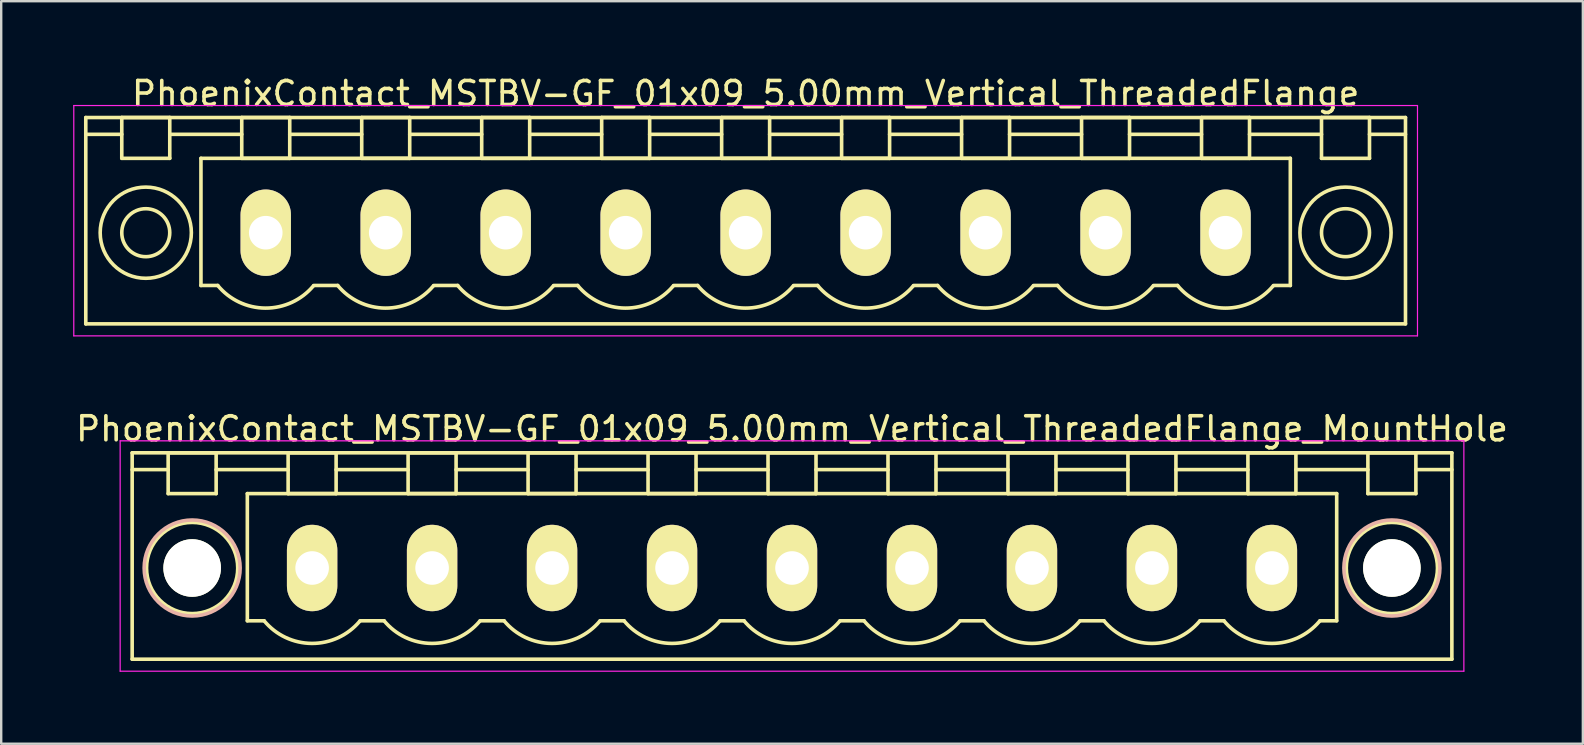
<source format=kicad_pcb>
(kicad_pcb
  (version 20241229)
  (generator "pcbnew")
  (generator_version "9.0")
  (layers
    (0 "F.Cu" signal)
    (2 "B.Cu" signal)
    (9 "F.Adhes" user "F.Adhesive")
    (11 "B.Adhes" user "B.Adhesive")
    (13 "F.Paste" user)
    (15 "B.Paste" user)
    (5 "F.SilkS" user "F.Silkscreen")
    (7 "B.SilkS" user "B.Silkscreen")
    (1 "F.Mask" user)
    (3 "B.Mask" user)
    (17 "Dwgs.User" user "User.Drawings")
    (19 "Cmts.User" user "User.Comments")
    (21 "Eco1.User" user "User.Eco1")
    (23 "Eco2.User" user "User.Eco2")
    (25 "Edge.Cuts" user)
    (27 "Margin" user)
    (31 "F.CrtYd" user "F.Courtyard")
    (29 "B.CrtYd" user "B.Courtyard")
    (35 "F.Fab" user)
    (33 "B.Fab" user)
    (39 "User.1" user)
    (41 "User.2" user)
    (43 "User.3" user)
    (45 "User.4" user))
  (footprint "PhoenixContact_MSTBV-GF_01x09_5.00mm_Vertical_ThreadedFlange"
    (layer "F.Cu")
    (at 8.025 6.648)
    (property "Reference" "PhoenixContact_MSTBV-GF_01x09_5.00mm_Vertical_ThreadedFlange" (at 20 -5.8 0) (layer "F.SilkS") (effects (font (size 1 1) (thickness 0.15))))
    (attr through_hole)
    (fp_line (start -7.5 -4.8) (end -7.5 3.8) (stroke (width 0.15) (type solid)) (layer "F.SilkS"))
    (fp_line (start -7.5 -4.1) (end -6 -4.1) (stroke (width 0.15) (type solid)) (layer "F.SilkS"))
    (fp_line (start -7.5 3.8) (end 47.5 3.8) (stroke (width 0.15) (type solid)) (layer "F.SilkS"))
    (fp_line (start -6 -4.8) (end -4 -4.8) (stroke (width 0.15) (type solid)) (layer "F.SilkS"))
    (fp_line (start -6 -3.1) (end -6 -4.8) (stroke (width 0.15) (type solid)) (layer "F.SilkS"))
    (fp_line (start -4 -4.8) (end -4 -3.1) (stroke (width 0.15) (type solid)) (layer "F.SilkS"))
    (fp_line (start -4 -4.1) (end -1 -4.1) (stroke (width 0.15) (type solid)) (layer "F.SilkS"))
    (fp_line (start -4 -3.1) (end -6 -3.1) (stroke (width 0.15) (type solid)) (layer "F.SilkS"))
    (fp_line (start -2.7 -3.1) (end 42.7 -3.1) (stroke (width 0.15) (type solid)) (layer "F.SilkS"))
    (fp_line (start -2.7 2.2) (end -2.7 -3.1) (stroke (width 0.15) (type solid)) (layer "F.SilkS"))
    (fp_line (start -2 2.2) (end -2.7 2.2) (stroke (width 0.15) (type solid)) (layer "F.SilkS"))
    (fp_line (start -1 -4.8) (end 1 -4.8) (stroke (width 0.15) (type solid)) (layer "F.SilkS"))
    (fp_line (start -1 -3.1) (end -1 -4.8) (stroke (width 0.15) (type solid)) (layer "F.SilkS"))
    (fp_line (start 1 -4.8) (end 1 -3.1) (stroke (width 0.15) (type solid)) (layer "F.SilkS"))
    (fp_line (start 1 -4.1) (end 4 -4.1) (stroke (width 0.15) (type solid)) (layer "F.SilkS"))
    (fp_line (start 1 -3.1) (end -1 -3.1) (stroke (width 0.15) (type solid)) (layer "F.SilkS"))
    (fp_line (start 2 2.2) (end 3 2.2) (stroke (width 0.15) (type solid)) (layer "F.SilkS"))
    (fp_line (start 4 -4.8) (end 6 -4.8) (stroke (width 0.15) (type solid)) (layer "F.SilkS"))
    (fp_line (start 4 -3.1) (end 4 -4.8) (stroke (width 0.15) (type solid)) (layer "F.SilkS"))
    (fp_line (start 6 -4.8) (end 6 -3.1) (stroke (width 0.15) (type solid)) (layer "F.SilkS"))
    (fp_line (start 6 -4.1) (end 9 -4.1) (stroke (width 0.15) (type solid)) (layer "F.SilkS"))
    (fp_line (start 6 -3.1) (end 4 -3.1) (stroke (width 0.15) (type solid)) (layer "F.SilkS"))
    (fp_line (start 7 2.2) (end 8 2.2) (stroke (width 0.15) (type solid)) (layer "F.SilkS"))
    (fp_line (start 9 -4.8) (end 11 -4.8) (stroke (width 0.15) (type solid)) (layer "F.SilkS"))
    (fp_line (start 9 -3.1) (end 9 -4.8) (stroke (width 0.15) (type solid)) (layer "F.SilkS"))
    (fp_line (start 11 -4.8) (end 11 -3.1) (stroke (width 0.15) (type solid)) (layer "F.SilkS"))
    (fp_line (start 11 -4.1) (end 14 -4.1) (stroke (width 0.15) (type solid)) (layer "F.SilkS"))
    (fp_line (start 11 -3.1) (end 9 -3.1) (stroke (width 0.15) (type solid)) (layer "F.SilkS"))
    (fp_line (start 12 2.2) (end 13 2.2) (stroke (width 0.15) (type solid)) (layer "F.SilkS"))
    (fp_line (start 14 -4.8) (end 16 -4.8) (stroke (width 0.15) (type solid)) (layer "F.SilkS"))
    (fp_line (start 14 -3.1) (end 14 -4.8) (stroke (width 0.15) (type solid)) (layer "F.SilkS"))
    (fp_line (start 16 -4.8) (end 16 -3.1) (stroke (width 0.15) (type solid)) (layer "F.SilkS"))
    (fp_line (start 16 -4.1) (end 19 -4.1) (stroke (width 0.15) (type solid)) (layer "F.SilkS"))
    (fp_line (start 16 -3.1) (end 14 -3.1) (stroke (width 0.15) (type solid)) (layer "F.SilkS"))
    (fp_line (start 17 2.2) (end 18 2.2) (stroke (width 0.15) (type solid)) (layer "F.SilkS"))
    (fp_line (start 19 -4.8) (end 21 -4.8) (stroke (width 0.15) (type solid)) (layer "F.SilkS"))
    (fp_line (start 19 -3.1) (end 19 -4.8) (stroke (width 0.15) (type solid)) (layer "F.SilkS"))
    (fp_line (start 21 -4.8) (end 21 -3.1) (stroke (width 0.15) (type solid)) (layer "F.SilkS"))
    (fp_line (start 21 -4.1) (end 24 -4.1) (stroke (width 0.15) (type solid)) (layer "F.SilkS"))
    (fp_line (start 21 -3.1) (end 19 -3.1) (stroke (width 0.15) (type solid)) (layer "F.SilkS"))
    (fp_line (start 22 2.2) (end 23 2.2) (stroke (width 0.15) (type solid)) (layer "F.SilkS"))
    (fp_line (start 24 -4.8) (end 26 -4.8) (stroke (width 0.15) (type solid)) (layer "F.SilkS"))
    (fp_line (start 24 -3.1) (end 24 -4.8) (stroke (width 0.15) (type solid)) (layer "F.SilkS"))
    (fp_line (start 26 -4.8) (end 26 -3.1) (stroke (width 0.15) (type solid)) (layer "F.SilkS"))
    (fp_line (start 26 -4.1) (end 29 -4.1) (stroke (width 0.15) (type solid)) (layer "F.SilkS"))
    (fp_line (start 26 -3.1) (end 24 -3.1) (stroke (width 0.15) (type solid)) (layer "F.SilkS"))
    (fp_line (start 27 2.2) (end 28 2.2) (stroke (width 0.15) (type solid)) (layer "F.SilkS"))
    (fp_line (start 29 -4.8) (end 31 -4.8) (stroke (width 0.15) (type solid)) (layer "F.SilkS"))
    (fp_line (start 29 -3.1) (end 29 -4.8) (stroke (width 0.15) (type solid)) (layer "F.SilkS"))
    (fp_line (start 31 -4.8) (end 31 -3.1) (stroke (width 0.15) (type solid)) (layer "F.SilkS"))
    (fp_line (start 31 -4.1) (end 34 -4.1) (stroke (width 0.15) (type solid)) (layer "F.SilkS"))
    (fp_line (start 31 -3.1) (end 29 -3.1) (stroke (width 0.15) (type solid)) (layer "F.SilkS"))
    (fp_line (start 32 2.2) (end 33 2.2) (stroke (width 0.15) (type solid)) (layer "F.SilkS"))
    (fp_line (start 34 -4.8) (end 36 -4.8) (stroke (width 0.15) (type solid)) (layer "F.SilkS"))
    (fp_line (start 34 -3.1) (end 34 -4.8) (stroke (width 0.15) (type solid)) (layer "F.SilkS"))
    (fp_line (start 36 -4.8) (end 36 -3.1) (stroke (width 0.15) (type solid)) (layer "F.SilkS"))
    (fp_line (start 36 -4.1) (end 39 -4.1) (stroke (width 0.15) (type solid)) (layer "F.SilkS"))
    (fp_line (start 36 -3.1) (end 34 -3.1) (stroke (width 0.15) (type solid)) (layer "F.SilkS"))
    (fp_line (start 37 2.2) (end 38 2.2) (stroke (width 0.15) (type solid)) (layer "F.SilkS"))
    (fp_line (start 39 -4.8) (end 41 -4.8) (stroke (width 0.15) (type solid)) (layer "F.SilkS"))
    (fp_line (start 39 -3.1) (end 39 -4.8) (stroke (width 0.15) (type solid)) (layer "F.SilkS"))
    (fp_line (start 41 -4.8) (end 41 -3.1) (stroke (width 0.15) (type solid)) (layer "F.SilkS"))
    (fp_line (start 41 -4.1) (end 44 -4.1) (stroke (width 0.15) (type solid)) (layer "F.SilkS"))
    (fp_line (start 41 -3.1) (end 39 -3.1) (stroke (width 0.15) (type solid)) (layer "F.SilkS"))
    (fp_line (start 42.7 -3.1) (end 42.7 2.2) (stroke (width 0.15) (type solid)) (layer "F.SilkS"))
    (fp_line (start 42.7 2.2) (end 42 2.2) (stroke (width 0.15) (type solid)) (layer "F.SilkS"))
    (fp_line (start 44 -4.8) (end 46 -4.8) (stroke (width 0.15) (type solid)) (layer "F.SilkS"))
    (fp_line (start 44 -3.1) (end 44 -4.8) (stroke (width 0.15) (type solid)) (layer "F.SilkS"))
    (fp_line (start 46 -4.8) (end 46 -3.1) (stroke (width 0.15) (type solid)) (layer "F.SilkS"))
    (fp_line (start 46 -3.1) (end 44 -3.1) (stroke (width 0.15) (type solid)) (layer "F.SilkS"))
    (fp_line (start 47.5 -4.8) (end -7.5 -4.8) (stroke (width 0.15) (type solid)) (layer "F.SilkS"))
    (fp_line (start 47.5 -4.1) (end 46 -4.1) (stroke (width 0.15) (type solid)) (layer "F.SilkS"))
    (fp_line (start 47.5 3.8) (end 47.5 -4.8) (stroke (width 0.15) (type solid)) (layer "F.SilkS"))
    (fp_arc (start 1.986842 2.215821) (mid -0.010289 3.142758) (end -2 2.2) (stroke (width 0.15) (type solid)) (layer "F.SilkS"))
    (fp_arc (start 6.986842 2.215821) (mid 4.989711 3.142758) (end 3 2.2) (stroke (width 0.15) (type solid)) (layer "F.SilkS"))
    (fp_arc (start 11.986842 2.215821) (mid 9.989711 3.142758) (end 8 2.2) (stroke (width 0.15) (type solid)) (layer "F.SilkS"))
    (fp_arc (start 16.986842 2.215821) (mid 14.989711 3.142758) (end 13 2.2) (stroke (width 0.15) (type solid)) (layer "F.SilkS"))
    (fp_arc (start 21.986842 2.215821) (mid 19.989711 3.142758) (end 18 2.2) (stroke (width 0.15) (type solid)) (layer "F.SilkS"))
    (fp_arc (start 26.986842 2.215821) (mid 24.989711 3.142758) (end 23 2.2) (stroke (width 0.15) (type solid)) (layer "F.SilkS"))
    (fp_arc (start 31.986842 2.215821) (mid 29.989711 3.142758) (end 28 2.2) (stroke (width 0.15) (type solid)) (layer "F.SilkS"))
    (fp_arc (start 36.986842 2.215821) (mid 34.989711 3.142758) (end 33 2.2) (stroke (width 0.15) (type solid)) (layer "F.SilkS"))
    (fp_arc (start 41.986842 2.215821) (mid 39.989711 3.142758) (end 38 2.2) (stroke (width 0.15) (type solid)) (layer "F.SilkS"))
    (fp_circle (center -5 0) (end -4 0) (stroke (width 0.15) (type solid)) (fill no) (layer "F.SilkS"))
    (fp_circle (center -5 0) (end -3.1 0) (stroke (width 0.15) (type solid)) (fill no) (layer "F.SilkS"))
    (fp_circle (center 45 0) (end 46 0) (stroke (width 0.15) (type solid)) (fill no) (layer "F.SilkS"))
    (fp_circle (center 45 0) (end 46.9 0) (stroke (width 0.15) (type solid)) (fill no) (layer "F.SilkS"))
    (fp_line (start -8 -5.3) (end -8 4.3) (stroke (width 0.05) (type solid)) (layer "F.CrtYd"))
    (fp_line (start -8 4.3) (end 48 4.3) (stroke (width 0.05) (type solid)) (layer "F.CrtYd"))
    (fp_line (start 48 -5.3) (end -8 -5.3) (stroke (width 0.05) (type solid)) (layer "F.CrtYd"))
    (fp_line (start 48 4.3) (end 48 -5.3) (stroke (width 0.05) (type solid)) (layer "F.CrtYd"))
    (pad "1" thru_hole oval (at 0 0) (size 2.1 3.6) (drill 1.4) (layers "*.Cu" "*.Mask" "F.SilkS"))
    (pad "2" thru_hole oval (at 5 0) (size 2.1 3.6) (drill 1.4) (layers "*.Cu" "*.Mask" "F.SilkS"))
    (pad "3" thru_hole oval (at 10 0) (size 2.1 3.6) (drill 1.4) (layers "*.Cu" "*.Mask" "F.SilkS"))
    (pad "4" thru_hole oval (at 15 0) (size 2.1 3.6) (drill 1.4) (layers "*.Cu" "*.Mask" "F.SilkS"))
    (pad "5" thru_hole oval (at 20 0) (size 2.1 3.6) (drill 1.4) (layers "*.Cu" "*.Mask" "F.SilkS"))
    (pad "6" thru_hole oval (at 25 0) (size 2.1 3.6) (drill 1.4) (layers "*.Cu" "*.Mask" "F.SilkS"))
    (pad "7" thru_hole oval (at 30 0) (size 2.1 3.6) (drill 1.4) (layers "*.Cu" "*.Mask" "F.SilkS"))
    (pad "8" thru_hole oval (at 35 0) (size 2.1 3.6) (drill 1.4) (layers "*.Cu" "*.Mask" "F.SilkS"))
    (pad "9" thru_hole oval (at 40 0) (size 2.1 3.6) (drill 1.4) (layers "*.Cu" "*.Mask" "F.SilkS")))
  (footprint "PhoenixContact_MSTBV-GF_01x09_5.00mm_Vertical_ThreadedFlange_MountHole"
    (layer "F.Cu")
    (at 9.958 20.622)
    (property "Reference" "PhoenixContact_MSTBV-GF_01x09_5.00mm_Vertical_ThreadedFlange_MountHole" (at 20 -5.8 0) (layer "F.SilkS") (effects (font (size 1 1) (thickness 0.15))))
    (attr through_hole)
    (fp_line (start -7.5 -4.8) (end -7.5 3.8) (stroke (width 0.15) (type solid)) (layer "F.SilkS"))
    (fp_line (start -7.5 -4.1) (end -6 -4.1) (stroke (width 0.15) (type solid)) (layer "F.SilkS"))
    (fp_line (start -7.5 3.8) (end 47.5 3.8) (stroke (width 0.15) (type solid)) (layer "F.SilkS"))
    (fp_line (start -6 -4.8) (end -4 -4.8) (stroke (width 0.15) (type solid)) (layer "F.SilkS"))
    (fp_line (start -6 -3.1) (end -6 -4.8) (stroke (width 0.15) (type solid)) (layer "F.SilkS"))
    (fp_line (start -4 -4.8) (end -4 -3.1) (stroke (width 0.15) (type solid)) (layer "F.SilkS"))
    (fp_line (start -4 -4.1) (end -1 -4.1) (stroke (width 0.15) (type solid)) (layer "F.SilkS"))
    (fp_line (start -4 -3.1) (end -6 -3.1) (stroke (width 0.15) (type solid)) (layer "F.SilkS"))
    (fp_line (start -2.7 -3.1) (end 42.7 -3.1) (stroke (width 0.15) (type solid)) (layer "F.SilkS"))
    (fp_line (start -2.7 2.2) (end -2.7 -3.1) (stroke (width 0.15) (type solid)) (layer "F.SilkS"))
    (fp_line (start -2 2.2) (end -2.7 2.2) (stroke (width 0.15) (type solid)) (layer "F.SilkS"))
    (fp_line (start -1 -4.8) (end 1 -4.8) (stroke (width 0.15) (type solid)) (layer "F.SilkS"))
    (fp_line (start -1 -3.1) (end -1 -4.8) (stroke (width 0.15) (type solid)) (layer "F.SilkS"))
    (fp_line (start 1 -4.8) (end 1 -3.1) (stroke (width 0.15) (type solid)) (layer "F.SilkS"))
    (fp_line (start 1 -4.1) (end 4 -4.1) (stroke (width 0.15) (type solid)) (layer "F.SilkS"))
    (fp_line (start 1 -3.1) (end -1 -3.1) (stroke (width 0.15) (type solid)) (layer "F.SilkS"))
    (fp_line (start 2 2.2) (end 3 2.2) (stroke (width 0.15) (type solid)) (layer "F.SilkS"))
    (fp_line (start 4 -4.8) (end 6 -4.8) (stroke (width 0.15) (type solid)) (layer "F.SilkS"))
    (fp_line (start 4 -3.1) (end 4 -4.8) (stroke (width 0.15) (type solid)) (layer "F.SilkS"))
    (fp_line (start 6 -4.8) (end 6 -3.1) (stroke (width 0.15) (type solid)) (layer "F.SilkS"))
    (fp_line (start 6 -4.1) (end 9 -4.1) (stroke (width 0.15) (type solid)) (layer "F.SilkS"))
    (fp_line (start 6 -3.1) (end 4 -3.1) (stroke (width 0.15) (type solid)) (layer "F.SilkS"))
    (fp_line (start 7 2.2) (end 8 2.2) (stroke (width 0.15) (type solid)) (layer "F.SilkS"))
    (fp_line (start 9 -4.8) (end 11 -4.8) (stroke (width 0.15) (type solid)) (layer "F.SilkS"))
    (fp_line (start 9 -3.1) (end 9 -4.8) (stroke (width 0.15) (type solid)) (layer "F.SilkS"))
    (fp_line (start 11 -4.8) (end 11 -3.1) (stroke (width 0.15) (type solid)) (layer "F.SilkS"))
    (fp_line (start 11 -4.1) (end 14 -4.1) (stroke (width 0.15) (type solid)) (layer "F.SilkS"))
    (fp_line (start 11 -3.1) (end 9 -3.1) (stroke (width 0.15) (type solid)) (layer "F.SilkS"))
    (fp_line (start 12 2.2) (end 13 2.2) (stroke (width 0.15) (type solid)) (layer "F.SilkS"))
    (fp_line (start 14 -4.8) (end 16 -4.8) (stroke (width 0.15) (type solid)) (layer "F.SilkS"))
    (fp_line (start 14 -3.1) (end 14 -4.8) (stroke (width 0.15) (type solid)) (layer "F.SilkS"))
    (fp_line (start 16 -4.8) (end 16 -3.1) (stroke (width 0.15) (type solid)) (layer "F.SilkS"))
    (fp_line (start 16 -4.1) (end 19 -4.1) (stroke (width 0.15) (type solid)) (layer "F.SilkS"))
    (fp_line (start 16 -3.1) (end 14 -3.1) (stroke (width 0.15) (type solid)) (layer "F.SilkS"))
    (fp_line (start 17 2.2) (end 18 2.2) (stroke (width 0.15) (type solid)) (layer "F.SilkS"))
    (fp_line (start 19 -4.8) (end 21 -4.8) (stroke (width 0.15) (type solid)) (layer "F.SilkS"))
    (fp_line (start 19 -3.1) (end 19 -4.8) (stroke (width 0.15) (type solid)) (layer "F.SilkS"))
    (fp_line (start 21 -4.8) (end 21 -3.1) (stroke (width 0.15) (type solid)) (layer "F.SilkS"))
    (fp_line (start 21 -4.1) (end 24 -4.1) (stroke (width 0.15) (type solid)) (layer "F.SilkS"))
    (fp_line (start 21 -3.1) (end 19 -3.1) (stroke (width 0.15) (type solid)) (layer "F.SilkS"))
    (fp_line (start 22 2.2) (end 23 2.2) (stroke (width 0.15) (type solid)) (layer "F.SilkS"))
    (fp_line (start 24 -4.8) (end 26 -4.8) (stroke (width 0.15) (type solid)) (layer "F.SilkS"))
    (fp_line (start 24 -3.1) (end 24 -4.8) (stroke (width 0.15) (type solid)) (layer "F.SilkS"))
    (fp_line (start 26 -4.8) (end 26 -3.1) (stroke (width 0.15) (type solid)) (layer "F.SilkS"))
    (fp_line (start 26 -4.1) (end 29 -4.1) (stroke (width 0.15) (type solid)) (layer "F.SilkS"))
    (fp_line (start 26 -3.1) (end 24 -3.1) (stroke (width 0.15) (type solid)) (layer "F.SilkS"))
    (fp_line (start 27 2.2) (end 28 2.2) (stroke (width 0.15) (type solid)) (layer "F.SilkS"))
    (fp_line (start 29 -4.8) (end 31 -4.8) (stroke (width 0.15) (type solid)) (layer "F.SilkS"))
    (fp_line (start 29 -3.1) (end 29 -4.8) (stroke (width 0.15) (type solid)) (layer "F.SilkS"))
    (fp_line (start 31 -4.8) (end 31 -3.1) (stroke (width 0.15) (type solid)) (layer "F.SilkS"))
    (fp_line (start 31 -4.1) (end 34 -4.1) (stroke (width 0.15) (type solid)) (layer "F.SilkS"))
    (fp_line (start 31 -3.1) (end 29 -3.1) (stroke (width 0.15) (type solid)) (layer "F.SilkS"))
    (fp_line (start 32 2.2) (end 33 2.2) (stroke (width 0.15) (type solid)) (layer "F.SilkS"))
    (fp_line (start 34 -4.8) (end 36 -4.8) (stroke (width 0.15) (type solid)) (layer "F.SilkS"))
    (fp_line (start 34 -3.1) (end 34 -4.8) (stroke (width 0.15) (type solid)) (layer "F.SilkS"))
    (fp_line (start 36 -4.8) (end 36 -3.1) (stroke (width 0.15) (type solid)) (layer "F.SilkS"))
    (fp_line (start 36 -4.1) (end 39 -4.1) (stroke (width 0.15) (type solid)) (layer "F.SilkS"))
    (fp_line (start 36 -3.1) (end 34 -3.1) (stroke (width 0.15) (type solid)) (layer "F.SilkS"))
    (fp_line (start 37 2.2) (end 38 2.2) (stroke (width 0.15) (type solid)) (layer "F.SilkS"))
    (fp_line (start 39 -4.8) (end 41 -4.8) (stroke (width 0.15) (type solid)) (layer "F.SilkS"))
    (fp_line (start 39 -3.1) (end 39 -4.8) (stroke (width 0.15) (type solid)) (layer "F.SilkS"))
    (fp_line (start 41 -4.8) (end 41 -3.1) (stroke (width 0.15) (type solid)) (layer "F.SilkS"))
    (fp_line (start 41 -4.1) (end 44 -4.1) (stroke (width 0.15) (type solid)) (layer "F.SilkS"))
    (fp_line (start 41 -3.1) (end 39 -3.1) (stroke (width 0.15) (type solid)) (layer "F.SilkS"))
    (fp_line (start 42.7 -3.1) (end 42.7 2.2) (stroke (width 0.15) (type solid)) (layer "F.SilkS"))
    (fp_line (start 42.7 2.2) (end 42 2.2) (stroke (width 0.15) (type solid)) (layer "F.SilkS"))
    (fp_line (start 44 -4.8) (end 46 -4.8) (stroke (width 0.15) (type solid)) (layer "F.SilkS"))
    (fp_line (start 44 -3.1) (end 44 -4.8) (stroke (width 0.15) (type solid)) (layer "F.SilkS"))
    (fp_line (start 46 -4.8) (end 46 -3.1) (stroke (width 0.15) (type solid)) (layer "F.SilkS"))
    (fp_line (start 46 -3.1) (end 44 -3.1) (stroke (width 0.15) (type solid)) (layer "F.SilkS"))
    (fp_line (start 47.5 -4.8) (end -7.5 -4.8) (stroke (width 0.15) (type solid)) (layer "F.SilkS"))
    (fp_line (start 47.5 -4.1) (end 46 -4.1) (stroke (width 0.15) (type solid)) (layer "F.SilkS"))
    (fp_line (start 47.5 3.8) (end 47.5 -4.8) (stroke (width 0.15) (type solid)) (layer "F.SilkS"))
    (fp_arc (start 1.986842 2.215821) (mid -0.010289 3.142758) (end -2 2.2) (stroke (width 0.15) (type solid)) (layer "F.SilkS"))
    (fp_arc (start 6.986842 2.215821) (mid 4.989711 3.142758) (end 3 2.2) (stroke (width 0.15) (type solid)) (layer "F.SilkS"))
    (fp_arc (start 11.986842 2.215821) (mid 9.989711 3.142758) (end 8 2.2) (stroke (width 0.15) (type solid)) (layer "F.SilkS"))
    (fp_arc (start 16.986842 2.215821) (mid 14.989711 3.142758) (end 13 2.2) (stroke (width 0.15) (type solid)) (layer "F.SilkS"))
    (fp_arc (start 21.986842 2.215821) (mid 19.989711 3.142758) (end 18 2.2) (stroke (width 0.15) (type solid)) (layer "F.SilkS"))
    (fp_arc (start 26.986842 2.215821) (mid 24.989711 3.142758) (end 23 2.2) (stroke (width 0.15) (type solid)) (layer "F.SilkS"))
    (fp_arc (start 31.986842 2.215821) (mid 29.989711 3.142758) (end 28 2.2) (stroke (width 0.15) (type solid)) (layer "F.SilkS"))
    (fp_arc (start 36.986842 2.215821) (mid 34.989711 3.142758) (end 33 2.2) (stroke (width 0.15) (type solid)) (layer "F.SilkS"))
    (fp_arc (start 41.986842 2.215821) (mid 39.989711 3.142758) (end 38 2.2) (stroke (width 0.15) (type solid)) (layer "F.SilkS"))
    (fp_circle (center -5 0) (end -4 0) (stroke (width 0.15) (type solid)) (fill no) (layer "F.SilkS"))
    (fp_circle (center -5 0) (end -3.1 0) (stroke (width 0.15) (type solid)) (fill no) (layer "F.SilkS"))
    (fp_circle (center 45 0) (end 46 0) (stroke (width 0.15) (type solid)) (fill no) (layer "F.SilkS"))
    (fp_circle (center 45 0) (end 46.9 0) (stroke (width 0.15) (type solid)) (fill no) (layer "F.SilkS"))
    (fp_circle (center -5 0) (end -3 0) (stroke (width 0.15) (type solid)) (fill no) (layer "B.SilkS"))
    (fp_circle (center 45 0) (end 47 0) (stroke (width 0.15) (type solid)) (fill no) (layer "B.SilkS"))
    (fp_line (start -8 -5.3) (end -8 4.3) (stroke (width 0.05) (type solid)) (layer "F.CrtYd"))
    (fp_line (start -8 4.3) (end 48 4.3) (stroke (width 0.05) (type solid)) (layer "F.CrtYd"))
    (fp_line (start 48 -5.3) (end -8 -5.3) (stroke (width 0.05) (type solid)) (layer "F.CrtYd"))
    (fp_line (start 48 4.3) (end 48 -5.3) (stroke (width 0.05) (type solid)) (layer "F.CrtYd"))
    (pad "" np_thru_hole circle (at -5 0) (size 2.4 2.4) (drill 2.4) (layers "*.Cu" "*.Mask" "F.SilkS"))
    (pad "" np_thru_hole circle (at 45 0) (size 2.4 2.4) (drill 2.4) (layers "*.Cu" "*.Mask" "F.SilkS"))
    (pad "1" thru_hole oval (at 0 0) (size 2.1 3.6) (drill 1.4) (layers "*.Cu" "*.Mask" "F.SilkS"))
    (pad "2" thru_hole oval (at 5 0) (size 2.1 3.6) (drill 1.4) (layers "*.Cu" "*.Mask" "F.SilkS"))
    (pad "3" thru_hole oval (at 10 0) (size 2.1 3.6) (drill 1.4) (layers "*.Cu" "*.Mask" "F.SilkS"))
    (pad "4" thru_hole oval (at 15 0) (size 2.1 3.6) (drill 1.4) (layers "*.Cu" "*.Mask" "F.SilkS"))
    (pad "5" thru_hole oval (at 20 0) (size 2.1 3.6) (drill 1.4) (layers "*.Cu" "*.Mask" "F.SilkS"))
    (pad "6" thru_hole oval (at 25 0) (size 2.1 3.6) (drill 1.4) (layers "*.Cu" "*.Mask" "F.SilkS"))
    (pad "7" thru_hole oval (at 30 0) (size 2.1 3.6) (drill 1.4) (layers "*.Cu" "*.Mask" "F.SilkS"))
    (pad "8" thru_hole oval (at 35 0) (size 2.1 3.6) (drill 1.4) (layers "*.Cu" "*.Mask" "F.SilkS"))
    (pad "9" thru_hole oval (at 40 0) (size 2.1 3.6) (drill 1.4) (layers "*.Cu" "*.Mask" "F.SilkS")))
  (gr_rect
    (start -3 -3)
    (end 62.917 27.947)
    (stroke (width 0.1) (type default))
    (fill no)
    (layer "Edge.Cuts")))
</source>
